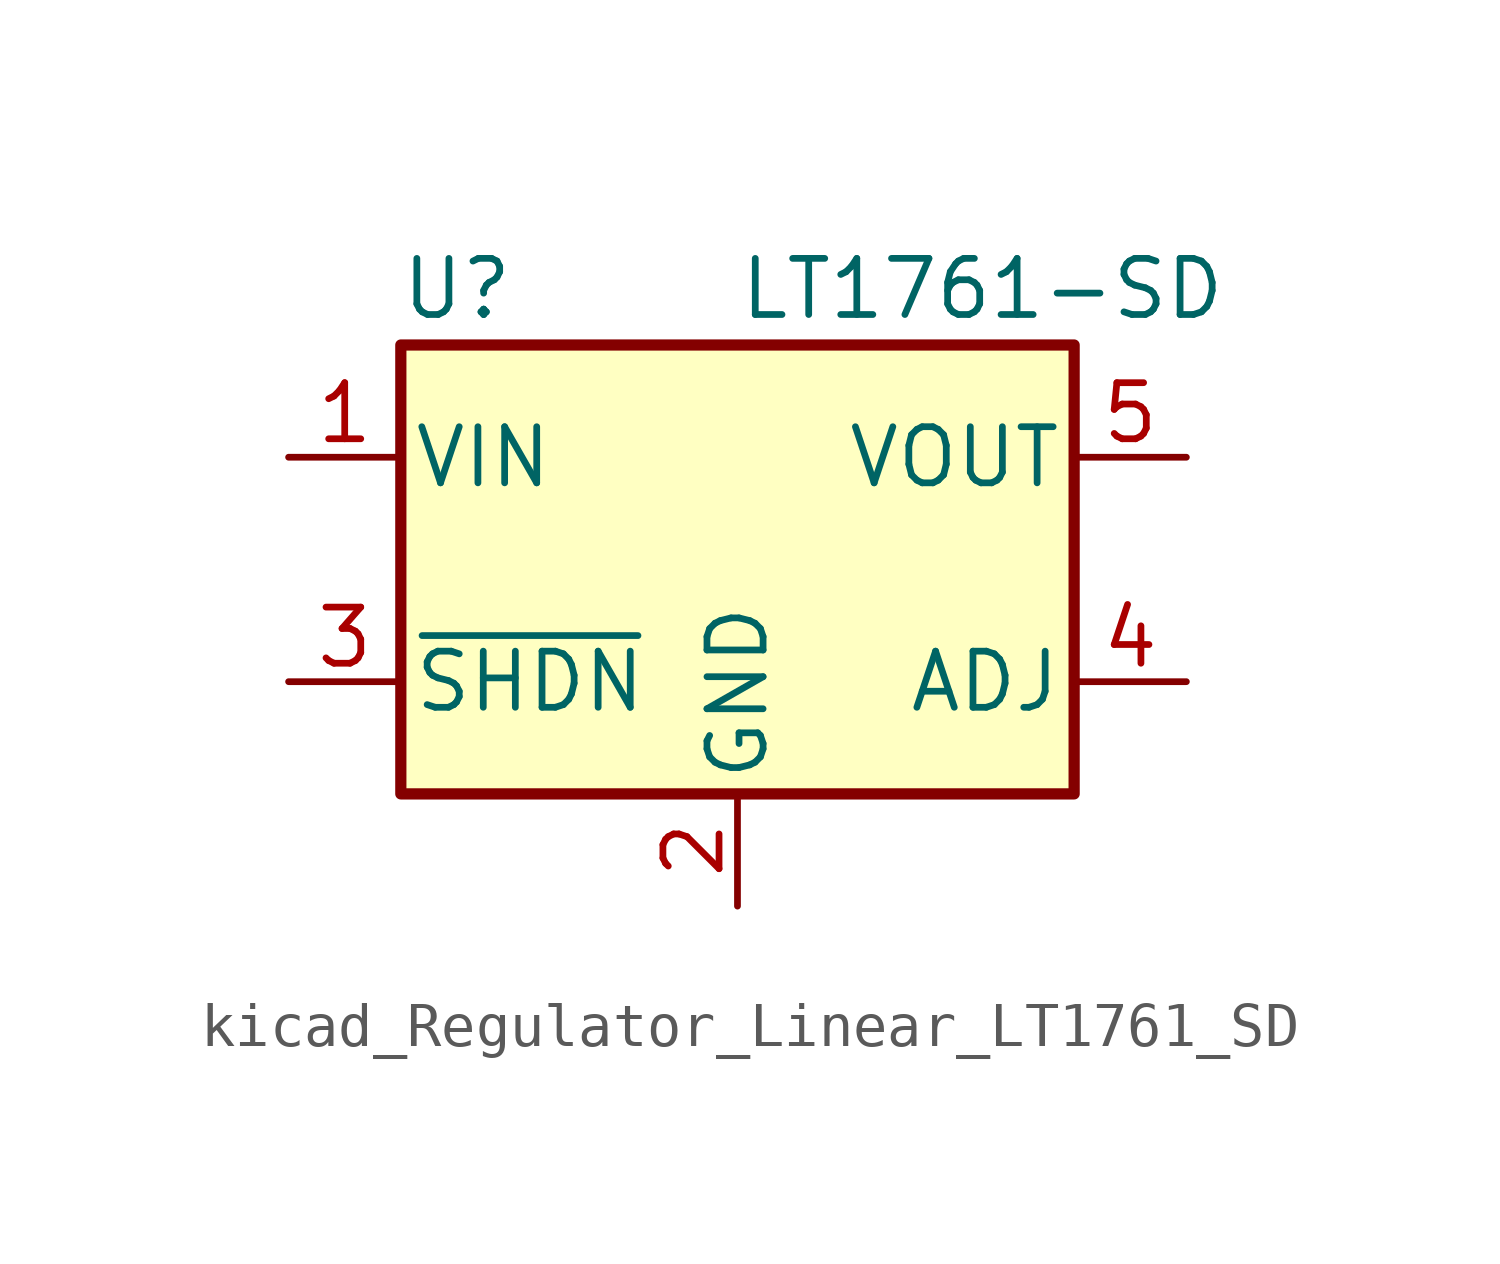
<source format=kicad_sym>
(kicad_symbol_lib
  (version 20220914)
  (generator kicad_symbol_editor)
  (symbol "kicad_Regulator_Linear_LT1761_SD"
    (pin_names
      (offset 0.254))
    (property "Reference" "U"
      (at -6.35 6.35 0)
      (effects (font (size 1.27 1.27))))
    (property "Value" "LT1761-SD"
      (at 0 6.35 0)
      (effects (font (size 1.27 1.27)) (justify left)))
    (symbol "kicad_Regulator_Linear_LT1761_SD_0_1"
      (rectangle (start -7.62 5.08) (end 7.62 -5.08) (stroke (width 0.254) (type default)) (fill (type background))))
    (symbol "kicad_Regulator_Linear_LT1761_SD_1_1"
      (pin power_in line (at -10.16 2.54 0) (length 2.54) (name "VIN" (effects (font (size 1.27 1.27)))) (number "1" (effects (font (size 1.27 1.27)))))
      (pin power_in line (at 0 -7.62 90) (length 2.54) (name "GND" (effects (font (size 1.27 1.27)))) (number "2" (effects (font (size 1.27 1.27)))))
      (pin input line (at -10.16 -2.54 0) (length 2.54) (name "~{SHDN}" (effects (font (size 1.27 1.27)))) (number "3" (effects (font (size 1.27 1.27)))))
      (pin input line (at 10.16 -2.54 180) (length 2.54) (name "ADJ" (effects (font (size 1.27 1.27)))) (number "4" (effects (font (size 1.27 1.27)))))
      (pin power_out line (at 10.16 2.54 180) (length 2.54) (name "VOUT" (effects (font (size 1.27 1.27)))) (number "5" (effects (font (size 1.27 1.27))))))))
</source>
